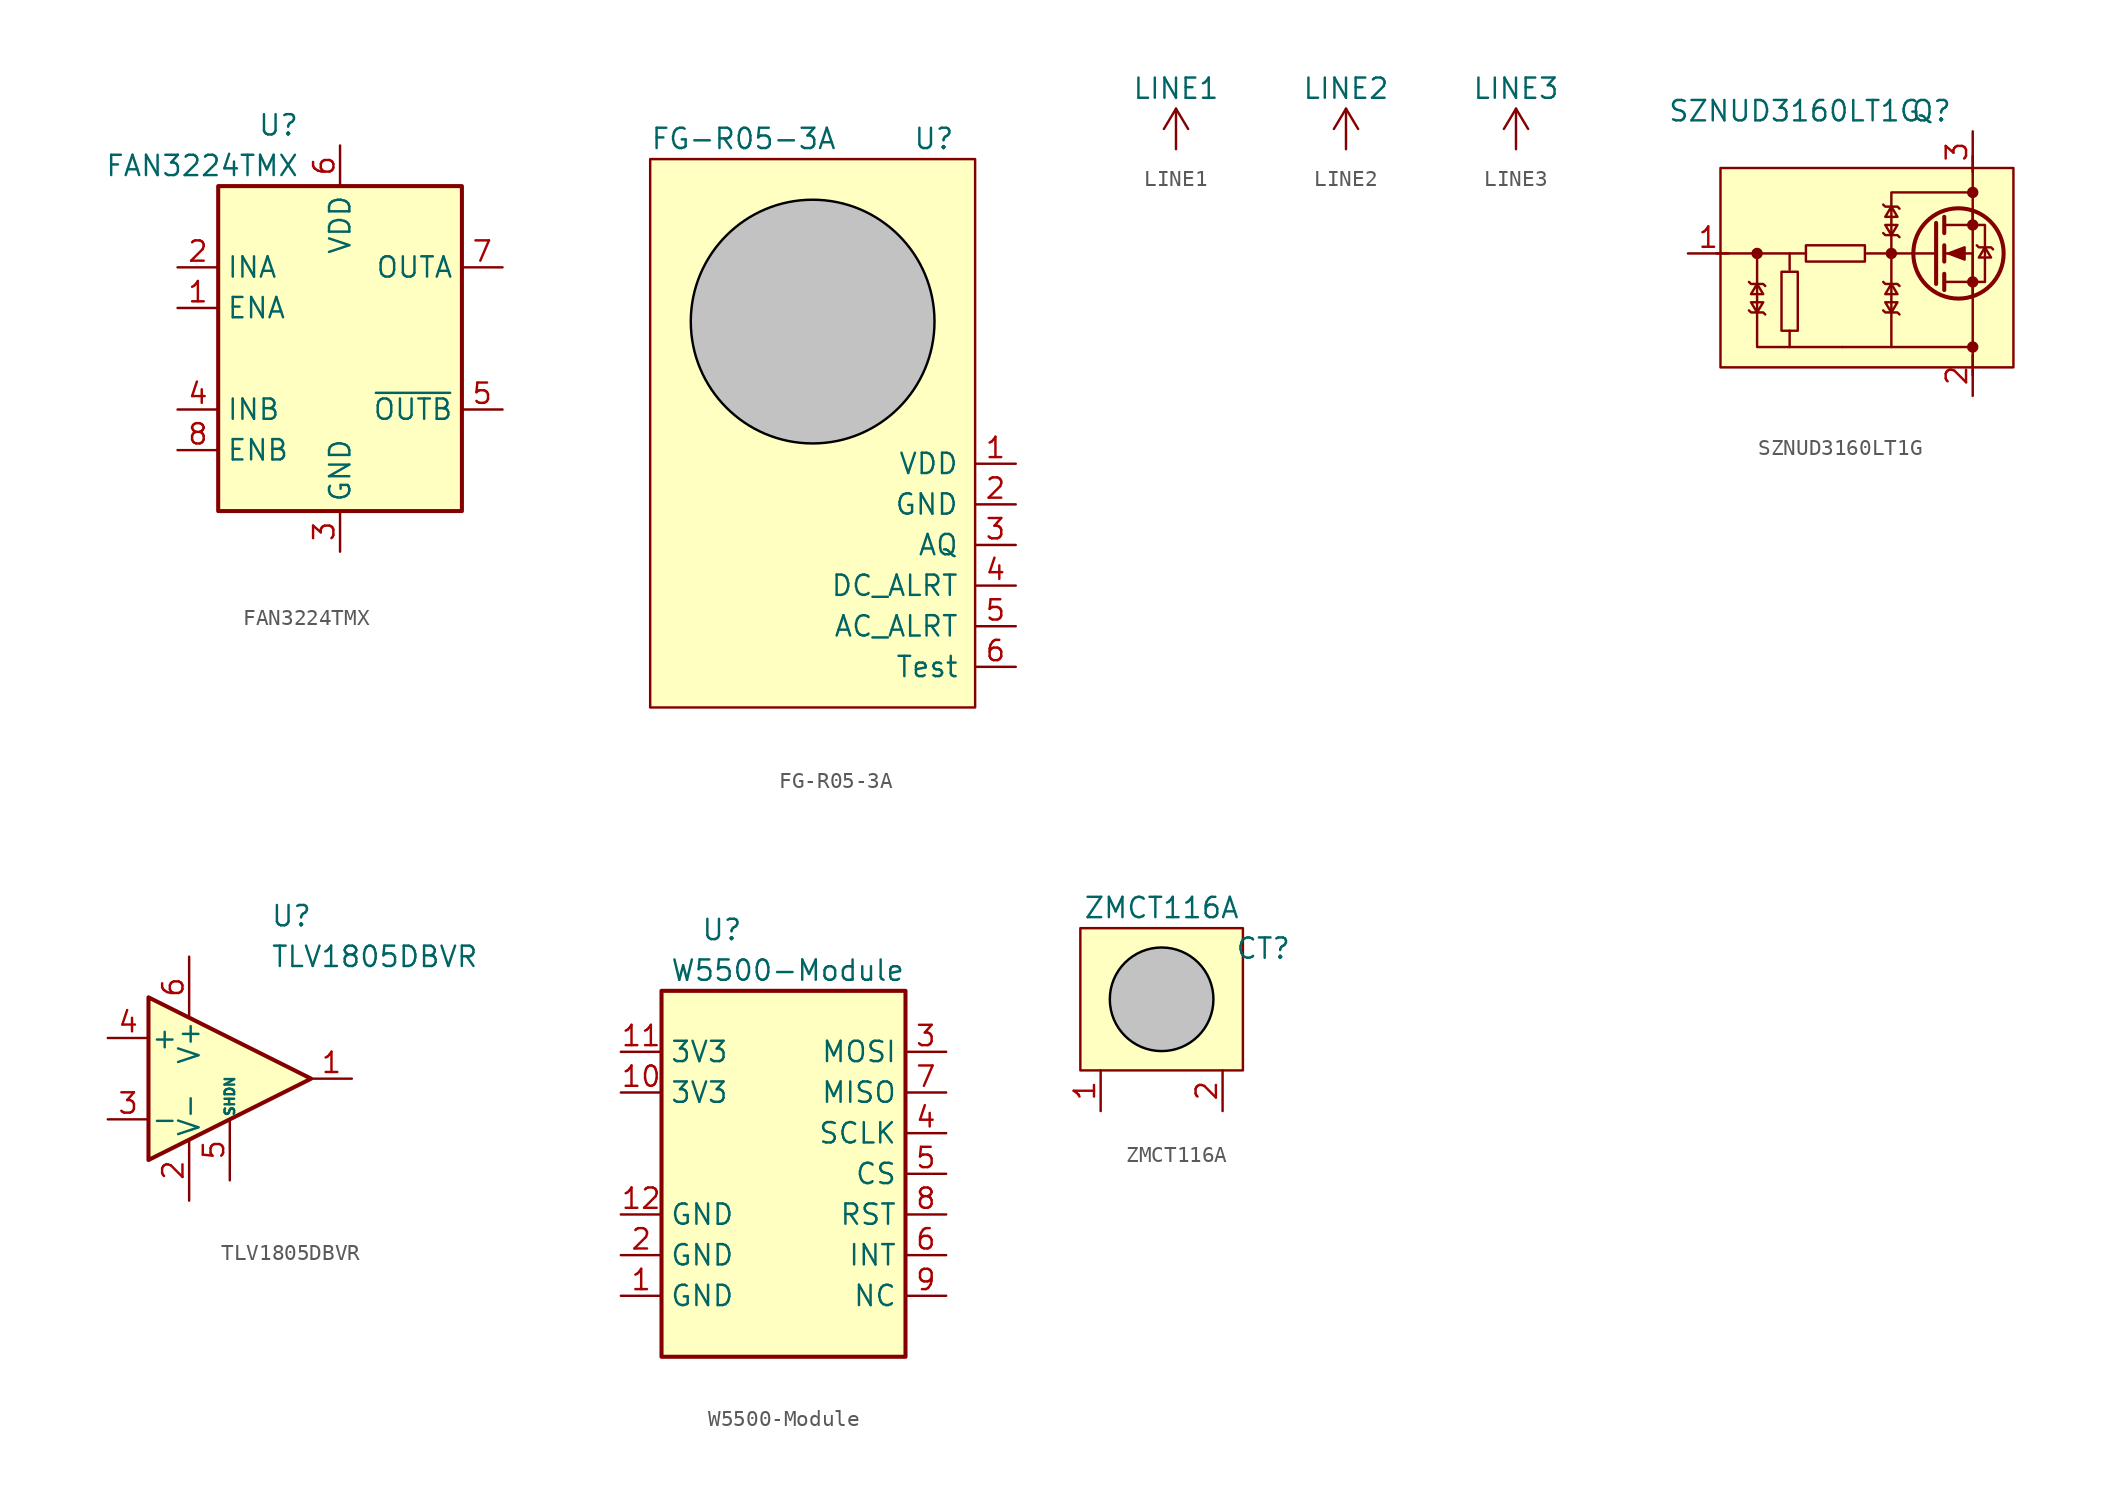
<source format=kicad_sym>
(kicad_symbol_lib
  (version 20220914)
  (generator kicad_symbol_editor)
  (symbol "FAN3224TMX"
    (property "Reference" "U"
      (at -2.54 13.97 0)
      (effects (font (size 1.27 1.27)) (justify right)))
    (property "Value" "FAN3224TMX"
      (at -2.54 11.43 0)
      (effects (font (size 1.27 1.27)) (justify right)))
    (symbol "FAN3224TMX_0_1"
      (rectangle (start -7.62 10.16) (end 7.62 -10.16) (stroke (width 0.254) (type default)) (fill (type background))))
    (symbol "FAN3224TMX_1_1"
      (pin input line (at -10.16 2.54 0) (length 2.54) (name "ENA" (effects (font (size 1.27 1.27)))) (number "1" (effects (font (size 1.27 1.27)))))
      (pin input line (at -10.16 5.08 0) (length 2.54) (name "INA" (effects (font (size 1.27 1.27)))) (number "2" (effects (font (size 1.27 1.27)))))
      (pin power_in line (at 0 -12.7 90) (length 2.54) (name "GND" (effects (font (size 1.27 1.27)))) (number "3" (effects (font (size 1.27 1.27)))))
      (pin input line (at -10.16 -3.81 0) (length 2.54) (name "INB" (effects (font (size 1.27 1.27)))) (number "4" (effects (font (size 1.27 1.27)))))
      (pin output line (at 10.16 -3.81 180) (length 2.54) (name "~{OUTB}" (effects (font (size 1.27 1.27)))) (number "5" (effects (font (size 1.27 1.27)))))
      (pin power_in line (at 0 12.7 270) (length 2.54) (name "VDD" (effects (font (size 1.27 1.27)))) (number "6" (effects (font (size 1.27 1.27)))))
      (pin output line (at 10.16 5.08 180) (length 2.54) (name "OUTA" (effects (font (size 1.27 1.27)))) (number "7" (effects (font (size 1.27 1.27)))))
      (pin input line (at -10.16 -6.35 0) (length 2.54) (name "ENB" (effects (font (size 1.27 1.27)))) (number "8" (effects (font (size 1.27 1.27)))))))
  (symbol "FG-R05-3A"
    (pin_names
      (offset 1))
    (property "Reference" "U"
      (at 7.62 11.43 0)
      (effects (font (size 1.27 1.27)) (justify right)))
    (property "Value" "FG-R05-3A"
      (at -11.43 11.43 0)
      (effects (font (size 1.27 1.27)) (justify left)))
    (symbol "FG-R05-3A_1_0"
      (rectangle (start -11.43 10.16) (end 8.89 -24.13) (stroke (width 0) (type default)) (fill (type background))))
    (symbol "FG-R05-3A_1_1"
      (circle (center -1.27 0) (radius 7.62) (stroke (width 0) (type default) (color 0 0 0 1)) (fill (type color) (color 194 194 194 1)))
      (pin passive line (at 11.43 -8.89 180) (length 2.54) (name "VDD" (effects (font (size 1.27 1.27)))) (number "1" (effects (font (size 1.27 1.27)))))
      (pin passive line (at 11.43 -11.43 180) (length 2.54) (name "GND" (effects (font (size 1.27 1.27)))) (number "2" (effects (font (size 1.27 1.27)))))
      (pin passive line (at 11.43 -13.97 180) (length 2.54) (name "AQ" (effects (font (size 1.27 1.27)))) (number "3" (effects (font (size 1.27 1.27)))))
      (pin input line (at 11.43 -16.51 180) (length 2.54) (name "DC_ALRT" (effects (font (size 1.27 1.27)))) (number "4" (effects (font (size 1.27 1.27)))))
      (pin input line (at 11.43 -19.05 180) (length 2.54) (name "AC_ALRT" (effects (font (size 1.27 1.27)))) (number "5" (effects (font (size 1.27 1.27)))))
      (pin input line (at 11.43 -21.59 180) (length 2.54) (name "Test" (effects (font (size 1.27 1.27)))) (number "6" (effects (font (size 1.27 1.27)))))))
  (symbol "LINE1"
    (power)
    (pin_names
      (offset 0))
    (property "Reference" "#PWR"
      (at 0 -3.81 0)
      (effects (font (size 1.27 1.27)) hide))
    (property "Value" "LINE1"
      (at 0 3.81 0)
      (effects (font (size 1.27 1.27))))
    (symbol "LINE1_0_1"
      (polyline (pts (xy -0.762 1.27) (xy 0 2.54)) (stroke (width 0) (type default)) (fill (type none)))
      (polyline (pts (xy 0 0) (xy 0 2.54)) (stroke (width 0) (type default)) (fill (type none)))
      (polyline (pts (xy 0 2.54) (xy 0.762 1.27)) (stroke (width 0) (type default)) (fill (type none))))
    (symbol "LINE1_1_1"
      (pin power_in line (at 0 0 90) (length 0) hide (name "LINE1" (effects (font (size 1.27 1.27)))) (number "1" (effects (font (size 1.27 1.27)))))))
  (symbol "LINE2"
    (power)
    (pin_names
      (offset 0))
    (property "Reference" "#PWR"
      (at 0 -3.81 0)
      (effects (font (size 1.27 1.27)) hide))
    (property "Value" "LINE2"
      (at 0 3.81 0)
      (effects (font (size 1.27 1.27))))
    (symbol "LINE2_0_1"
      (polyline (pts (xy -0.762 1.27) (xy 0 2.54)) (stroke (width 0) (type default)) (fill (type none)))
      (polyline (pts (xy 0 0) (xy 0 2.54)) (stroke (width 0) (type default)) (fill (type none)))
      (polyline (pts (xy 0 2.54) (xy 0.762 1.27)) (stroke (width 0) (type default)) (fill (type none))))
    (symbol "LINE2_1_1"
      (pin power_in line (at 0 0 90) (length 0) hide (name "LINE2" (effects (font (size 1.27 1.27)))) (number "1" (effects (font (size 1.27 1.27)))))))
  (symbol "LINE3"
    (power)
    (pin_names
      (offset 0))
    (property "Reference" "#PWR"
      (at 0 -3.81 0)
      (effects (font (size 1.27 1.27)) hide))
    (property "Value" "LINE3"
      (at 0 3.81 0)
      (effects (font (size 1.27 1.27))))
    (symbol "LINE3_0_1"
      (polyline (pts (xy -0.762 1.27) (xy 0 2.54)) (stroke (width 0) (type default)) (fill (type none)))
      (polyline (pts (xy 0 0) (xy 0 2.54)) (stroke (width 0) (type default)) (fill (type none)))
      (polyline (pts (xy 0 2.54) (xy 0.762 1.27)) (stroke (width 0) (type default)) (fill (type none))))
    (symbol "LINE3_1_1"
      (pin power_in line (at 0 0 90) (length 0) hide (name "LINE3" (effects (font (size 1.27 1.27)))) (number "1" (effects (font (size 1.27 1.27)))))))
  (symbol "SZNUD3160LT1G"
    (pin_names
      (offset 0) hide)
    (property "Reference" "Q"
      (at 6.35 8.89 0)
      (effects (font (size 1.27 1.27)) (justify right)))
    (property "Value" "SZNUD3160LT1G"
      (at -11.43 8.89 0)
      (effects (font (size 1.27 1.27)) (justify left)))
    (symbol "SZNUD3160LT1G_0_0"
      (rectangle (start -4.318 -4.826) (end -3.302 -1.143) (stroke (width 0) (type default)) (fill (type none)))
      (rectangle (start -2.794 0.508) (end 0.889 -0.508) (stroke (width 0) (type default)) (fill (type none)))
      (polyline (pts (xy 7.62 2.54) (xy 7.62 -7.62)) (stroke (width 0) (type default)) (fill (type none)))
      (polyline (pts (xy 7.62 2.54) (xy 7.62 6.096)) (stroke (width 0) (type default)) (fill (type none)))
      (polyline (pts (xy 2.54 0) (xy 2.54 3.81) (xy 7.62 3.81)) (stroke (width 0) (type default)) (fill (type none))))
    (symbol "SZNUD3160LT1G_0_1"
      (polyline (pts (xy -5.842 0) (xy -8.382 0)) (stroke (width 0) (type default)) (fill (type none))))
    (symbol "SZNUD3160LT1G_1_0"
      (rectangle (start -8.128 5.334) (end 10.16 -7.112) (stroke (width 0) (type default)) (fill (type background)))
      (polyline (pts (xy -3.81 -4.826) (xy -3.81 -5.842)) (stroke (width 0) (type default)) (fill (type none)))
      (polyline (pts (xy -3.81 -1.016) (xy -3.81 0)) (stroke (width 0) (type default)) (fill (type none)))
      (polyline (pts (xy -2.794 0) (xy -5.842 0)) (stroke (width 0) (type default)) (fill (type none)))
      (polyline (pts (xy -0.508 -5.842) (xy 7.62 -5.842)) (stroke (width 0) (type default)) (fill (type none)))
      (polyline (pts (xy 1.016 0) (xy 2.54 0)) (stroke (width 0) (type default)) (fill (type none)))
      (polyline (pts (xy 2.54 0) (xy 2.54 -5.842)) (stroke (width 0) (type default)) (fill (type none)))
      (polyline (pts (xy -0.508 -5.842) (xy -3.81 -5.842) (xy -5.842 -5.842) (xy -5.842 0)) (stroke (width 0) (type default)) (fill (type none))))
    (symbol "SZNUD3160LT1G_1_1"
      (circle (center -5.842 0) (radius 0.279) (stroke (width 0) (type default)) (fill (type outline)))
      (polyline (pts (xy 2.54 0) (xy 5.334 0)) (stroke (width 0) (type default)) (fill (type none)))
      (polyline (pts (xy 5.842 -1.778) (xy 7.62 -1.778)) (stroke (width 0) (type default)) (fill (type none)))
      (polyline (pts (xy 5.842 -1.27) (xy 5.842 -2.286)) (stroke (width 0.254) (type default)) (fill (type none)))
      (polyline (pts (xy 5.842 0) (xy 7.62 0)) (stroke (width 0) (type default)) (fill (type none)))
      (polyline (pts (xy 5.842 0.508) (xy 5.842 -0.508)) (stroke (width 0.254) (type default)) (fill (type none)))
      (polyline (pts (xy 5.842 1.778) (xy 7.62 1.778)) (stroke (width 0) (type default)) (fill (type none)))
      (polyline (pts (xy 5.842 2.286) (xy 5.842 1.27)) (stroke (width 0.254) (type default)) (fill (type none)))
      (polyline (pts (xy 7.62 -1.778) (xy 7.62 -2.54)) (stroke (width 0) (type default)) (fill (type none)))
      (polyline (pts (xy 7.62 -1.778) (xy 7.62 0)) (stroke (width 0) (type default)) (fill (type none)))
      (polyline (pts (xy 7.62 2.54) (xy 7.62 1.778)) (stroke (width 0) (type default)) (fill (type none)))
      (polyline (pts (xy 5.334 1.905) (xy 5.334 -1.905) (xy 5.334 -1.905)) (stroke (width 0.254) (type default)) (fill (type none)))
      (polyline (pts (xy -6.35 -1.778) (xy -6.223 -1.905) (xy -5.461 -1.905) (xy -5.334 -2.032)) (stroke (width 0) (type default)) (fill (type none)))
      (polyline (pts (xy -5.842 -3.683) (xy -5.461 -3.048) (xy -6.223 -3.048) (xy -5.842 -3.683)) (stroke (width 0) (type default)) (fill (type none)))
      (polyline (pts (xy -5.842 -1.905) (xy -6.223 -2.54) (xy -5.461 -2.54) (xy -5.842 -1.905)) (stroke (width 0) (type default)) (fill (type none)))
      (polyline (pts (xy -5.334 -3.81) (xy -5.461 -3.683) (xy -6.223 -3.683) (xy -6.35 -3.556)) (stroke (width 0) (type default)) (fill (type none)))
      (polyline (pts (xy 2.032 -1.778) (xy 2.159 -1.905) (xy 2.921 -1.905) (xy 3.048 -2.032)) (stroke (width 0) (type default)) (fill (type none)))
      (polyline (pts (xy 2.032 3.048) (xy 2.159 2.921) (xy 2.921 2.921) (xy 3.048 2.794)) (stroke (width 0) (type default)) (fill (type none)))
      (polyline (pts (xy 2.54 -3.683) (xy 2.921 -3.048) (xy 2.159 -3.048) (xy 2.54 -3.683)) (stroke (width 0) (type default)) (fill (type none)))
      (polyline (pts (xy 2.54 -1.905) (xy 2.159 -2.54) (xy 2.921 -2.54) (xy 2.54 -1.905)) (stroke (width 0) (type default)) (fill (type none)))
      (polyline (pts (xy 2.54 1.143) (xy 2.921 1.778) (xy 2.159 1.778) (xy 2.54 1.143)) (stroke (width 0) (type default)) (fill (type none)))
      (polyline (pts (xy 2.54 2.921) (xy 2.159 2.286) (xy 2.921 2.286) (xy 2.54 2.921)) (stroke (width 0) (type default)) (fill (type none)))
      (polyline (pts (xy 3.048 -3.81) (xy 2.921 -3.683) (xy 2.159 -3.683) (xy 2.032 -3.556)) (stroke (width 0) (type default)) (fill (type none)))
      (polyline (pts (xy 3.048 1.016) (xy 2.921 1.143) (xy 2.159 1.143) (xy 2.032 1.27)) (stroke (width 0) (type default)) (fill (type none)))
      (polyline (pts (xy 6.096 0) (xy 7.112 0.381) (xy 7.112 -0.381) (xy 6.096 0)) (stroke (width 0) (type default)) (fill (type outline)))
      (polyline (pts (xy 7.62 -1.778) (xy 8.382 -1.778) (xy 8.382 1.778) (xy 7.62 1.778)) (stroke (width 0) (type default)) (fill (type none)))
      (polyline (pts (xy 7.874 0.508) (xy 8.001 0.381) (xy 8.763 0.381) (xy 8.89 0.254)) (stroke (width 0) (type default)) (fill (type none)))
      (polyline (pts (xy 8.382 0.381) (xy 8.001 -0.254) (xy 8.763 -0.254) (xy 8.382 0.381)) (stroke (width 0) (type default)) (fill (type none)))
      (circle (center 2.54 0) (radius 0.279) (stroke (width 0) (type default)) (fill (type outline)))
      (circle (center 6.731 0) (radius 2.819) (stroke (width 0.254) (type default)) (fill (type none)))
      (circle (center 7.62 -5.842) (radius 0.279) (stroke (width 0) (type default)) (fill (type outline)))
      (circle (center 7.62 -1.778) (radius 0.279) (stroke (width 0) (type default)) (fill (type outline)))
      (circle (center 7.62 1.778) (radius 0.279) (stroke (width 0) (type default)) (fill (type outline)))
      (circle (center 7.62 3.81) (radius 0.279) (stroke (width 0) (type default)) (fill (type outline)))
      (pin input line (at -10.16 0 0) (length 2.54) (name "G" (effects (font (size 1.27 1.27)))) (number "1" (effects (font (size 1.27 1.27)))))
      (pin passive line (at 7.62 -8.89 90) (length 2.54) (name "S" (effects (font (size 1.27 1.27)))) (number "2" (effects (font (size 1.27 1.27)))))
      (pin passive line (at 7.62 7.62 270) (length 2.54) (name "D" (effects (font (size 1.27 1.27)))) (number "3" (effects (font (size 1.27 1.27)))))))
  (symbol "TLV1805DBVR"
    (pin_names
      (offset 0.127))
    (property "Reference" "U"
      (at 2.54 10.16 0)
      (effects (font (size 1.27 1.27)) (justify left)))
    (property "Value" "TLV1805DBVR"
      (at 2.54 7.62 0)
      (effects (font (size 1.27 1.27)) (justify left)))
    (symbol "TLV1805DBVR_0_1"
      (polyline (pts (xy -5.08 5.08) (xy 5.08 0) (xy -5.08 -5.08) (xy -5.08 5.08)) (stroke (width 0.254) (type default)) (fill (type background)))
      (pin power_in line (at -2.54 -7.62 90) (length 3.81) (name "V-" (effects (font (size 1.27 1.27)))) (number "2" (effects (font (size 1.27 1.27))))))
    (symbol "TLV1805DBVR_1_1"
      (pin output line (at 7.62 0 180) (length 2.54) (name "~" (effects (font (size 1.27 1.27)))) (number "1" (effects (font (size 1.27 1.27)))))
      (pin input line (at -7.62 -2.54 0) (length 2.54) (name "-" (effects (font (size 1.27 1.27)))) (number "3" (effects (font (size 1.27 1.27)))))
      (pin input line (at -7.62 2.54 0) (length 2.54) (name "+" (effects (font (size 1.27 1.27)))) (number "4" (effects (font (size 1.27 1.27)))))
      (pin power_in line (at 0 -6.35 90) (length 3.81) (name "SHDN" (effects (font (size 0.6 0.6)))) (number "5" (effects (font (size 1.27 1.27)))))
      (pin power_in line (at -2.54 7.62 270) (length 3.81) (name "V+" (effects (font (size 1.27 1.27)))) (number "6" (effects (font (size 1.27 1.27)))))))
  (symbol "W5500-Module"
    (property "Reference" "U"
      (at -2.54 13.97 0)
      (effects (font (size 1.27 1.27)) (justify right)))
    (property "Value" "W5500-Module"
      (at 7.62 11.43 0)
      (effects (font (size 1.27 1.27)) (justify right)))
    (symbol "W5500-Module_0_1"
      (rectangle (start -7.62 10.16) (end 7.62 -12.7) (stroke (width 0.254) (type default)) (fill (type background))))
    (symbol "W5500-Module_1_1"
      (pin passive line (at -10.16 -8.89 0) (length 2.54) (name "GND" (effects (font (size 1.27 1.27)))) (number "1" (effects (font (size 1.27 1.27)))))
      (pin passive line (at -10.16 3.81 0) (length 2.54) (name "3V3" (effects (font (size 1.27 1.27)))) (number "10" (effects (font (size 1.27 1.27)))))
      (pin passive line (at -10.16 6.35 0) (length 2.54) (name "3V3" (effects (font (size 1.27 1.27)))) (number "11" (effects (font (size 1.27 1.27)))))
      (pin passive line (at -10.16 -3.81 0) (length 2.54) (name "GND" (effects (font (size 1.27 1.27)))) (number "12" (effects (font (size 1.27 1.27)))))
      (pin passive line (at -10.16 -6.35 0) (length 2.54) (name "GND" (effects (font (size 1.27 1.27)))) (number "2" (effects (font (size 1.27 1.27)))))
      (pin passive line (at 10.16 6.35 180) (length 2.54) (name "MOSI" (effects (font (size 1.27 1.27)))) (number "3" (effects (font (size 1.27 1.27)))))
      (pin passive line (at 10.16 1.27 180) (length 2.54) (name "SCLK" (effects (font (size 1.27 1.27)))) (number "4" (effects (font (size 1.27 1.27)))))
      (pin passive line (at 10.16 -1.27 180) (length 2.54) (name "CS" (effects (font (size 1.27 1.27)))) (number "5" (effects (font (size 1.27 1.27)))))
      (pin passive line (at 10.16 -6.35 180) (length 2.54) (name "INT" (effects (font (size 1.27 1.27)))) (number "6" (effects (font (size 1.27 1.27)))))
      (pin passive line (at 10.16 3.81 180) (length 2.54) (name "MISO" (effects (font (size 1.27 1.27)))) (number "7" (effects (font (size 1.27 1.27)))))
      (pin passive line (at 10.16 -3.81 180) (length 2.54) (name "RST" (effects (font (size 1.27 1.27)))) (number "8" (effects (font (size 1.27 1.27)))))
      (pin passive line (at 10.16 -8.89 180) (length 2.54) (name "NC" (effects (font (size 1.27 1.27)))) (number "9" (effects (font (size 1.27 1.27)))))))
  (symbol "ZMCT116A"
    (pin_names
      (offset 1.016) hide)
    (property "Reference" "CT"
      (at 6.35 2.54 0)
      (effects (font (size 1.27 1.27))))
    (property "Value" "ZMCT116A"
      (at 0 5.08 0)
      (effects (font (size 1.27 1.27))))
    (symbol "ZMCT116A_1_0"
      (rectangle (start -5.08 3.81) (end 5.08 -5.08) (stroke (width 0) (type default)) (fill (type background))))
    (symbol "ZMCT116A_1_1"
      (circle (center 0 -0.635) (radius 3.238) (stroke (width 0) (type default) (color 0 0 0 1)) (fill (type color) (color 194 194 194 1)))
      (pin passive line (at -3.81 -7.62 90) (length 2.54) (name "PRI" (effects (font (size 1.27 1.27)))) (number "1" (effects (font (size 1.27 1.27)))))
      (pin passive line (at 3.81 -7.62 90) (length 2.54) (name "SEC" (effects (font (size 1.27 1.27)))) (number "2" (effects (font (size 1.27 1.27))))))))
</source>
